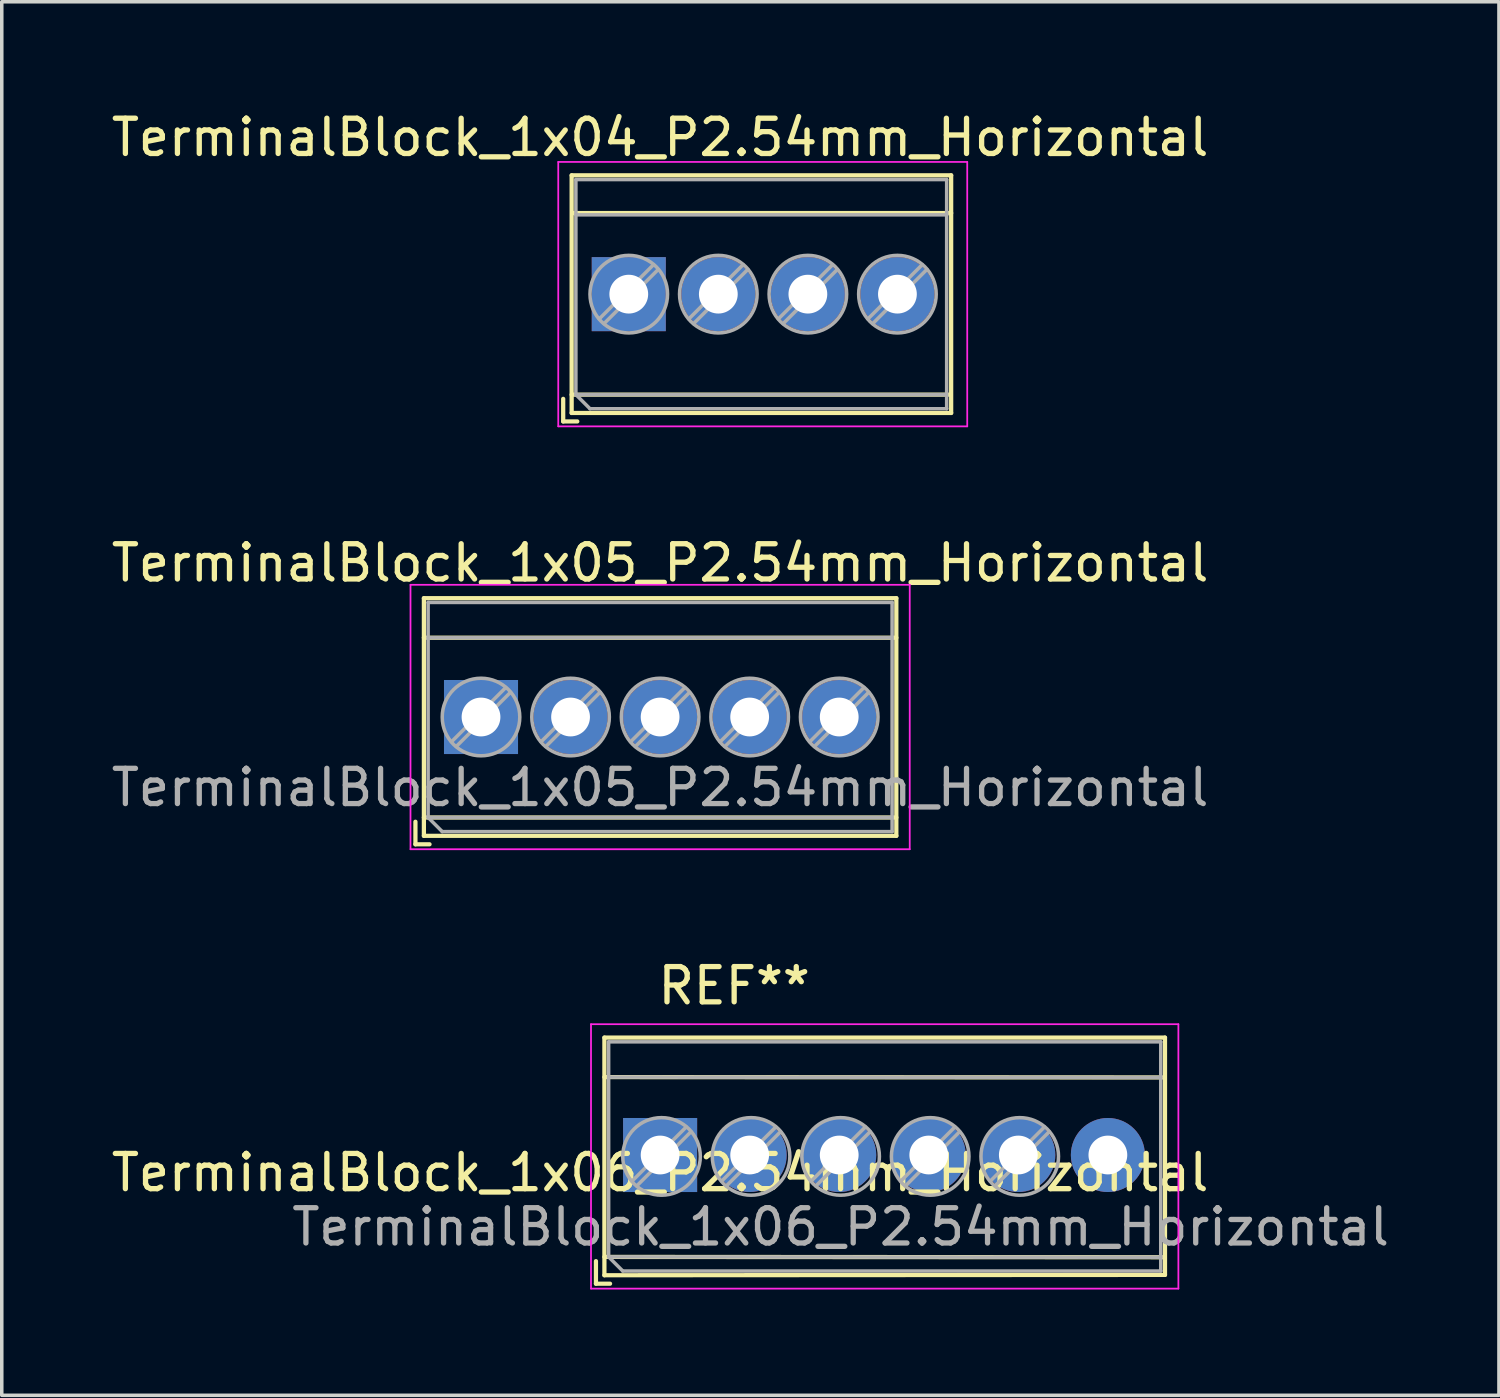
<source format=kicad_pcb>
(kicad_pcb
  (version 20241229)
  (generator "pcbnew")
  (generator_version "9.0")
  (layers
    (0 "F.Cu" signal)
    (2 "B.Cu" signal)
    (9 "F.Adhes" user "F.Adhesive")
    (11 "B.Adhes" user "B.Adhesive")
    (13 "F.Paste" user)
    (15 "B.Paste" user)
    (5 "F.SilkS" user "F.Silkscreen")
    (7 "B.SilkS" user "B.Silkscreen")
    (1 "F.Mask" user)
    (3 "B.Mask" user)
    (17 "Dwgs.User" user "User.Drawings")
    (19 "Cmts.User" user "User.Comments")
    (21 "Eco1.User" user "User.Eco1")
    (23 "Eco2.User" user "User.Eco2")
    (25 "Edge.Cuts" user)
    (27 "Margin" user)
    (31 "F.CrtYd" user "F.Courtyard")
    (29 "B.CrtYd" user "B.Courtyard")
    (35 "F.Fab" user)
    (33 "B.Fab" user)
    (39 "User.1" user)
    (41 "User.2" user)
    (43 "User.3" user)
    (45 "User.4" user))
  (footprint "TerminalBlock_1x04_P2.54mm_Horizontal"
    (layer "F.Cu")
    (at 14.784 5.293)
    (property "Reference" "TerminalBlock_1x04_P2.54mm_Horizontal" (at 0.889 -4.445 0) (layer "F.SilkS") (effects (font (size 1 1) (thickness 0.15))))
    (attr through_hole)
    (fp_line (start -1.86 2.97) (end -1.86 3.61) (stroke (width 0.12) (type solid)) (layer "F.SilkS"))
    (fp_line (start -1.86 3.61) (end -1.46 3.61) (stroke (width 0.12) (type solid)) (layer "F.SilkS"))
    (fp_line (start -1.62 -3.37) (end -1.62 3.37) (stroke (width 0.12) (type solid)) (layer "F.SilkS"))
    (fp_line (start -1.62 -3.37) (end 9.144 -3.37) (stroke (width 0.12) (type solid)) (layer "F.SilkS"))
    (fp_line (start -1.62 2.85) (end 9.1 2.85) (stroke (width 0.12) (type solid)) (layer "F.SilkS"))
    (fp_line (start -1.62 3.37) (end 9.144 3.37) (stroke (width 0.12) (type solid)) (layer "F.SilkS"))
    (fp_line (start -1.6 -2.3) (end 9.144 -2.3) (stroke (width 0.12) (type solid)) (layer "F.SilkS"))
    (fp_line (start 9.144 -3.37) (end 9.144 3.37) (stroke (width 0.12) (type solid)) (layer "F.SilkS"))
    (fp_line (start -2 -3.75) (end -2 3.75) (stroke (width 0.05) (type solid)) (layer "F.CrtYd"))
    (fp_line (start -2 3.75) (end 9.6 3.75) (stroke (width 0.05) (type solid)) (layer "F.CrtYd"))
    (fp_line (start 9.6 -3.75) (end -2 -3.75) (stroke (width 0.05) (type solid)) (layer "F.CrtYd"))
    (fp_line (start 9.6 3.75) (end 9.6 -3.75) (stroke (width 0.05) (type solid)) (layer "F.CrtYd"))
    (fp_line (start -1.5 -3.25) (end 9.017 -3.25) (stroke (width 0.1) (type solid)) (layer "F.Fab"))
    (fp_line (start -1.5 -2.25) (end 9.017 -2.25) (stroke (width 0.1) (type solid)) (layer "F.Fab"))
    (fp_line (start -1.5 2.85) (end -1.5 -3.25) (stroke (width 0.1) (type solid)) (layer "F.Fab"))
    (fp_line (start -1.5 2.85) (end 9 2.85) (stroke (width 0.1) (type solid)) (layer "F.Fab"))
    (fp_line (start -1.1 3.25) (end -1.5 2.85) (stroke (width 0.1) (type solid)) (layer "F.Fab"))
    (fp_line (start 0.701 -0.835) (end -0.835 0.7) (stroke (width 0.1) (type solid)) (layer "F.Fab"))
    (fp_line (start 0.835 -0.7) (end -0.701 0.835) (stroke (width 0.1) (type solid)) (layer "F.Fab"))
    (fp_line (start 3.241 -0.835) (end 1.706 0.7) (stroke (width 0.1) (type solid)) (layer "F.Fab"))
    (fp_line (start 3.375 -0.7) (end 1.84 0.835) (stroke (width 0.1) (type solid)) (layer "F.Fab"))
    (fp_line (start 5.781 -0.835) (end 4.246 0.7) (stroke (width 0.1) (type solid)) (layer "F.Fab"))
    (fp_line (start 5.915 -0.7) (end 4.38 0.835) (stroke (width 0.1) (type solid)) (layer "F.Fab"))
    (fp_line (start 8.321 -0.835) (end 6.786 0.7) (stroke (width 0.1) (type solid)) (layer "F.Fab"))
    (fp_line (start 8.455 -0.7) (end 6.92 0.835) (stroke (width 0.1) (type solid)) (layer "F.Fab"))
    (fp_line (start 9.017 -3.25) (end 9.017 3.25) (stroke (width 0.1) (type solid)) (layer "F.Fab"))
    (fp_line (start 9.017 3.25) (end -1.1 3.25) (stroke (width 0.1) (type solid)) (layer "F.Fab"))
    (fp_circle (center 0 0) (end 1.1 0) (stroke (width 0.1) (type solid)) (fill no) (layer "F.Fab"))
    (fp_circle (center 2.54 0) (end 3.64 0) (stroke (width 0.1) (type solid)) (fill no) (layer "F.Fab"))
    (fp_circle (center 5.08 0) (end 6.18 0) (stroke (width 0.1) (type solid)) (fill no) (layer "F.Fab"))
    (fp_circle (center 7.62 0) (end 8.72 0) (stroke (width 0.1) (type solid)) (fill no) (layer "F.Fab"))
    (pad "1" thru_hole rect (at 0 0) (size 2.1 2.1) (drill 1.1) (layers "*.Cu" "*.Mask"))
    (pad "2" thru_hole circle (at 2.54 0) (size 2.1 2.1) (drill 1.1) (layers "*.Cu" "*.Mask"))
    (pad "3" thru_hole circle (at 5.08 0) (size 2.1 2.1) (drill 1.1) (layers "*.Cu" "*.Mask"))
    (pad "4" thru_hole circle (at 7.62 0) (size 2.1 2.1) (drill 1.1) (layers "*.Cu" "*.Mask")))
  (footprint "TerminalBlock_1x06_P2.54mm_Horizontal"
    (layer "F.Cu")
    (at 15.673 29.71)
    (property "Reference" "TerminalBlock_1x06_P2.54mm_Horizontal" (at 0 0.5 0) (layer "F.SilkS") (effects (font (size 1 1) (thickness 0.15))))
    (attr through_hole)
    (fp_line (start -1.82 3.01) (end -1.82 3.65) (stroke (width 0.12) (type solid)) (layer "F.SilkS"))
    (fp_line (start -1.82 3.65) (end -1.42 3.65) (stroke (width 0.12) (type solid)) (layer "F.SilkS"))
    (fp_line (start -1.58 -3.33) (end -1.58 3.41) (stroke (width 0.12) (type solid)) (layer "F.SilkS"))
    (fp_line (start -1.58 -3.33) (end 14.32 -3.33) (stroke (width 0.12) (type solid)) (layer "F.SilkS"))
    (fp_line (start -1.58 -2.21) (end 14.3 -2.2) (stroke (width 0.12) (type solid)) (layer "F.SilkS"))
    (fp_line (start -1.58 2.89) (end 14.3 2.9) (stroke (width 0.12) (type solid)) (layer "F.SilkS"))
    (fp_line (start -1.58 3.41) (end 14.32 3.4) (stroke (width 0.12) (type solid)) (layer "F.SilkS"))
    (fp_line (start 14.32 -3.33) (end 14.32 3.4) (stroke (width 0.12) (type solid)) (layer "F.SilkS"))
    (fp_line (start -1.96 -3.71) (end -1.96 3.79) (stroke (width 0.05) (type solid)) (layer "F.CrtYd"))
    (fp_line (start -1.96 3.79) (end 14.7 3.79) (stroke (width 0.05) (type solid)) (layer "F.CrtYd"))
    (fp_line (start 14.7 -3.71) (end -1.96 -3.71) (stroke (width 0.05) (type solid)) (layer "F.CrtYd"))
    (fp_line (start 14.7 3.79) (end 14.7 -3.71) (stroke (width 0.05) (type solid)) (layer "F.CrtYd"))
    (fp_line (start -1.46 -3.21) (end 14.2 -3.21) (stroke (width 0.1) (type solid)) (layer "F.Fab"))
    (fp_line (start -1.46 -2.21) (end 14.2 -2.2) (stroke (width 0.1) (type solid)) (layer "F.Fab"))
    (fp_line (start -1.46 2.89) (end -1.46 -3.21) (stroke (width 0.1) (type solid)) (layer "F.Fab"))
    (fp_line (start -1.46 2.89) (end 14.2 2.9) (stroke (width 0.1) (type solid)) (layer "F.Fab"))
    (fp_line (start -1.06 3.29) (end -1.46 2.89) (stroke (width 0.1) (type solid)) (layer "F.Fab"))
    (fp_line (start 0.741 -0.795) (end -0.795 0.74) (stroke (width 0.1) (type solid)) (layer "F.Fab"))
    (fp_line (start 0.875 -0.66) (end -0.661 0.875) (stroke (width 0.1) (type solid)) (layer "F.Fab"))
    (fp_line (start 3.281 -0.795) (end 1.746 0.74) (stroke (width 0.1) (type solid)) (layer "F.Fab"))
    (fp_line (start 3.415 -0.66) (end 1.88 0.875) (stroke (width 0.1) (type solid)) (layer "F.Fab"))
    (fp_line (start 5.821 -0.795) (end 4.286 0.74) (stroke (width 0.1) (type solid)) (layer "F.Fab"))
    (fp_line (start 5.955 -0.66) (end 4.42 0.875) (stroke (width 0.1) (type solid)) (layer "F.Fab"))
    (fp_line (start 8.361 -0.795) (end 6.826 0.74) (stroke (width 0.1) (type solid)) (layer "F.Fab"))
    (fp_line (start 8.495 -0.66) (end 6.96 0.875) (stroke (width 0.1) (type solid)) (layer "F.Fab"))
    (fp_line (start 10.901 -0.795) (end 9.366 0.74) (stroke (width 0.1) (type solid)) (layer "F.Fab"))
    (fp_line (start 11.035 -0.66) (end 9.5 0.875) (stroke (width 0.1) (type solid)) (layer "F.Fab"))
    (fp_line (start 14.2 -3.21) (end 14.2 3.29) (stroke (width 0.1) (type solid)) (layer "F.Fab"))
    (fp_line (start 14.2 3.29) (end -1.06 3.29) (stroke (width 0.1) (type solid)) (layer "F.Fab"))
    (fp_circle (center 0.04 0.04) (end 1.14 0.04) (stroke (width 0.1) (type solid)) (fill no) (layer "F.Fab"))
    (fp_circle (center 2.58 0.04) (end 3.68 0.04) (stroke (width 0.1) (type solid)) (fill no) (layer "F.Fab"))
    (fp_circle (center 5.12 0.04) (end 6.22 0.04) (stroke (width 0.1) (type solid)) (fill no) (layer "F.Fab"))
    (fp_circle (center 7.66 0.04) (end 8.76 0.04) (stroke (width 0.1) (type solid)) (fill no) (layer "F.Fab"))
    (fp_circle (center 10.2 0.04) (end 11.3 0.04) (stroke (width 0.1) (type solid)) (fill no) (layer "F.Fab"))
    (fp_text user "REF**" (at 2.1 -4.8 0) (layer "F.SilkS") (effects (font (size 1 1) (thickness 0.15))))
    (fp_text user "${REFERENCE}" (at 5.12 2.04 0) (layer "F.Fab") (effects (font (size 1 1) (thickness 0.15))))
    (pad "1" thru_hole rect (at 0 0) (size 2.1 2.1) (drill 1.1) (layers "*.Cu" "*.Mask"))
    (pad "2" thru_hole circle (at 2.54 0) (size 2.1 2.1) (drill 1.1) (layers "*.Cu" "*.Mask"))
    (pad "3" thru_hole circle (at 5.08 0) (size 2.1 2.1) (drill 1.1) (layers "*.Cu" "*.Mask"))
    (pad "4" thru_hole circle (at 7.62 0) (size 2.1 2.1) (drill 1.1) (layers "*.Cu" "*.Mask"))
    (pad "5" thru_hole circle (at 10.16 0) (size 2.1 2.1) (drill 1.1) (layers "*.Cu" "*.Mask"))
    (pad "6" thru_hole circle (at 12.7 0) (size 2.1 2.1) (drill 1.1) (layers "*.Cu" "*.Mask")))
  (footprint "TerminalBlock_1x05_P2.54mm_Horizontal"
    (layer "F.Cu")
    (at 10.593 17.287)
    (property "Reference" "TerminalBlock_1x05_P2.54mm_Horizontal" (at 5.08 -4.37 0) (layer "F.SilkS") (effects (font (size 1 1) (thickness 0.15))))
    (attr through_hole)
    (fp_line (start -1.86 2.97) (end -1.86 3.61) (stroke (width 0.12) (type solid)) (layer "F.SilkS"))
    (fp_line (start -1.86 3.61) (end -1.46 3.61) (stroke (width 0.12) (type solid)) (layer "F.SilkS"))
    (fp_line (start -1.62 -3.37) (end -1.62 3.37) (stroke (width 0.12) (type solid)) (layer "F.SilkS"))
    (fp_line (start -1.62 -3.37) (end 11.78 -3.37) (stroke (width 0.12) (type solid)) (layer "F.SilkS"))
    (fp_line (start -1.62 -2.25) (end 11.78 -2.25) (stroke (width 0.12) (type solid)) (layer "F.SilkS"))
    (fp_line (start -1.62 2.85) (end 11.78 2.85) (stroke (width 0.12) (type solid)) (layer "F.SilkS"))
    (fp_line (start -1.62 3.37) (end 11.78 3.37) (stroke (width 0.12) (type solid)) (layer "F.SilkS"))
    (fp_line (start 11.78 -3.37) (end 11.78 3.37) (stroke (width 0.12) (type solid)) (layer "F.SilkS"))
    (fp_line (start -2 -3.75) (end -2 3.75) (stroke (width 0.05) (type solid)) (layer "F.CrtYd"))
    (fp_line (start -2 3.75) (end 12.16 3.75) (stroke (width 0.05) (type solid)) (layer "F.CrtYd"))
    (fp_line (start 12.16 -3.75) (end -2 -3.75) (stroke (width 0.05) (type solid)) (layer "F.CrtYd"))
    (fp_line (start 12.16 3.75) (end 12.16 -3.75) (stroke (width 0.05) (type solid)) (layer "F.CrtYd"))
    (fp_line (start -1.5 -3.25) (end 11.66 -3.25) (stroke (width 0.1) (type solid)) (layer "F.Fab"))
    (fp_line (start -1.5 -2.25) (end 11.66 -2.25) (stroke (width 0.1) (type solid)) (layer "F.Fab"))
    (fp_line (start -1.5 2.85) (end -1.5 -3.25) (stroke (width 0.1) (type solid)) (layer "F.Fab"))
    (fp_line (start -1.5 2.85) (end 11.66 2.85) (stroke (width 0.1) (type solid)) (layer "F.Fab"))
    (fp_line (start -1.1 3.25) (end -1.5 2.85) (stroke (width 0.1) (type solid)) (layer "F.Fab"))
    (fp_line (start 0.701 -0.835) (end -0.835 0.7) (stroke (width 0.1) (type solid)) (layer "F.Fab"))
    (fp_line (start 0.835 -0.7) (end -0.701 0.835) (stroke (width 0.1) (type solid)) (layer "F.Fab"))
    (fp_line (start 3.241 -0.835) (end 1.706 0.7) (stroke (width 0.1) (type solid)) (layer "F.Fab"))
    (fp_line (start 3.375 -0.7) (end 1.84 0.835) (stroke (width 0.1) (type solid)) (layer "F.Fab"))
    (fp_line (start 5.781 -0.835) (end 4.246 0.7) (stroke (width 0.1) (type solid)) (layer "F.Fab"))
    (fp_line (start 5.915 -0.7) (end 4.38 0.835) (stroke (width 0.1) (type solid)) (layer "F.Fab"))
    (fp_line (start 8.321 -0.835) (end 6.786 0.7) (stroke (width 0.1) (type solid)) (layer "F.Fab"))
    (fp_line (start 8.455 -0.7) (end 6.92 0.835) (stroke (width 0.1) (type solid)) (layer "F.Fab"))
    (fp_line (start 10.861 -0.835) (end 9.326 0.7) (stroke (width 0.1) (type solid)) (layer "F.Fab"))
    (fp_line (start 10.995 -0.7) (end 9.46 0.835) (stroke (width 0.1) (type solid)) (layer "F.Fab"))
    (fp_line (start 11.66 -3.25) (end 11.66 3.25) (stroke (width 0.1) (type solid)) (layer "F.Fab"))
    (fp_line (start 11.66 3.25) (end -1.1 3.25) (stroke (width 0.1) (type solid)) (layer "F.Fab"))
    (fp_circle (center 0 0) (end 1.1 0) (stroke (width 0.1) (type solid)) (fill no) (layer "F.Fab"))
    (fp_circle (center 2.54 0) (end 3.64 0) (stroke (width 0.1) (type solid)) (fill no) (layer "F.Fab"))
    (fp_circle (center 5.08 0) (end 6.18 0) (stroke (width 0.1) (type solid)) (fill no) (layer "F.Fab"))
    (fp_circle (center 7.62 0) (end 8.72 0) (stroke (width 0.1) (type solid)) (fill no) (layer "F.Fab"))
    (fp_circle (center 10.16 0) (end 11.26 0) (stroke (width 0.1) (type solid)) (fill no) (layer "F.Fab"))
    (fp_text user "${REFERENCE}" (at 5.08 2 0) (layer "F.Fab") (effects (font (size 1 1) (thickness 0.15))))
    (pad "1" thru_hole rect (at 0 0) (size 2.1 2.1) (drill 1.1) (layers "*.Cu" "*.Mask"))
    (pad "2" thru_hole circle (at 2.54 0) (size 2.1 2.1) (drill 1.1) (layers "*.Cu" "*.Mask"))
    (pad "3" thru_hole circle (at 5.08 0) (size 2.1 2.1) (drill 1.1) (layers "*.Cu" "*.Mask"))
    (pad "4" thru_hole circle (at 7.62 0) (size 2.1 2.1) (drill 1.1) (layers "*.Cu" "*.Mask"))
    (pad "5" thru_hole circle (at 10.16 0) (size 2.1 2.1) (drill 1.1) (layers "*.Cu" "*.Mask")))
  (gr_rect
    (start -3 -3)
    (end 39.465 36.525)
    (stroke (width 0.1) (type default))
    (fill no)
    (layer "Edge.Cuts")))
</source>
